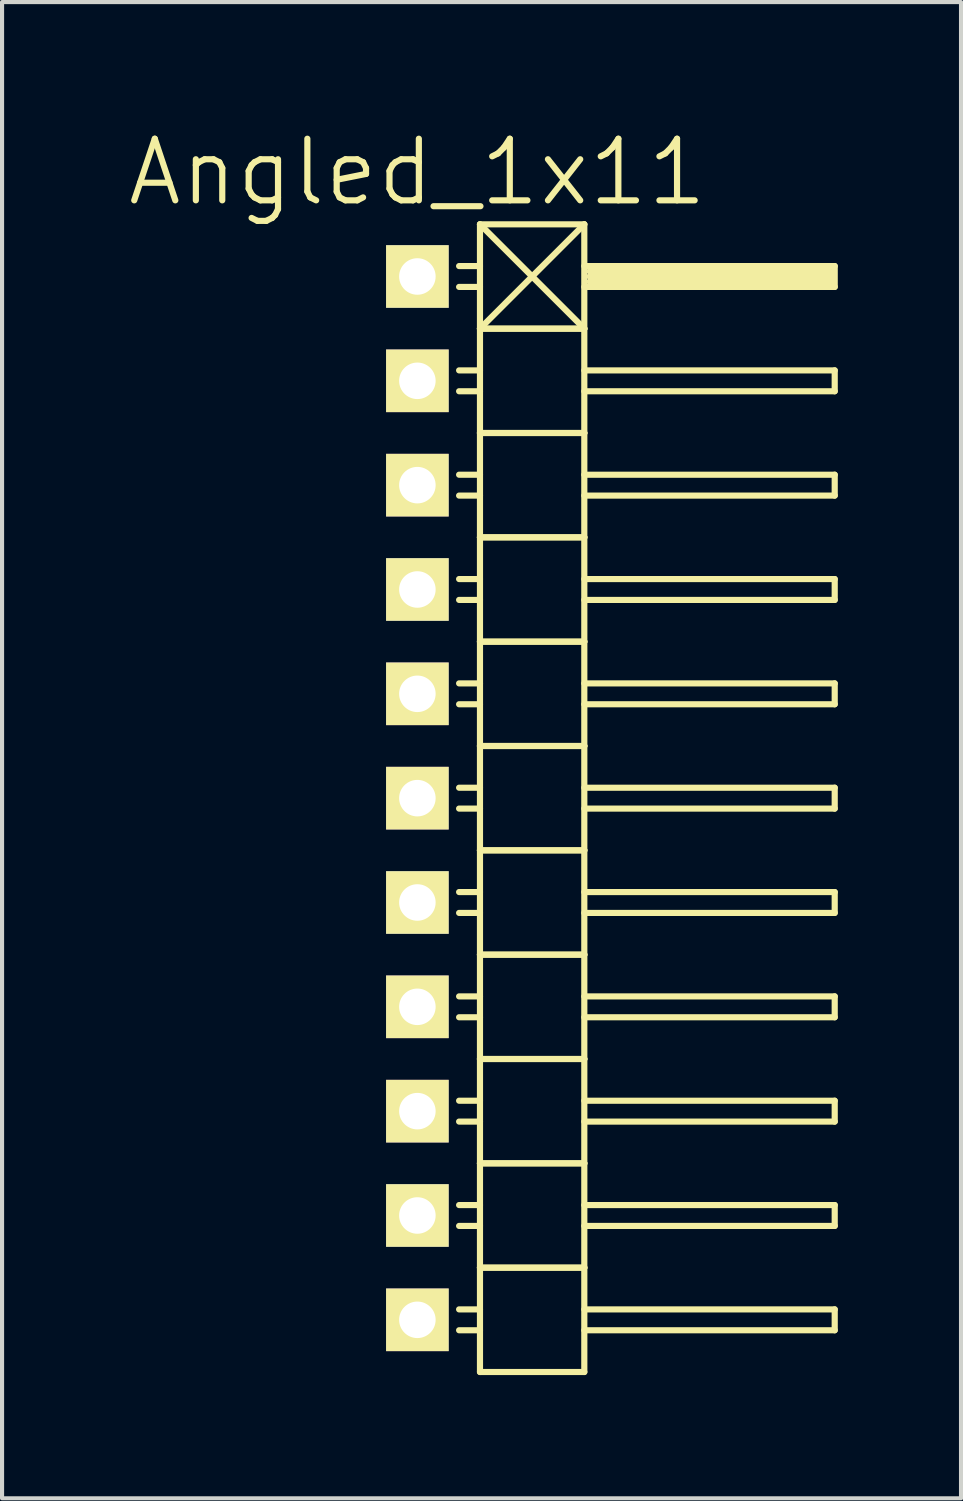
<source format=kicad_pcb>
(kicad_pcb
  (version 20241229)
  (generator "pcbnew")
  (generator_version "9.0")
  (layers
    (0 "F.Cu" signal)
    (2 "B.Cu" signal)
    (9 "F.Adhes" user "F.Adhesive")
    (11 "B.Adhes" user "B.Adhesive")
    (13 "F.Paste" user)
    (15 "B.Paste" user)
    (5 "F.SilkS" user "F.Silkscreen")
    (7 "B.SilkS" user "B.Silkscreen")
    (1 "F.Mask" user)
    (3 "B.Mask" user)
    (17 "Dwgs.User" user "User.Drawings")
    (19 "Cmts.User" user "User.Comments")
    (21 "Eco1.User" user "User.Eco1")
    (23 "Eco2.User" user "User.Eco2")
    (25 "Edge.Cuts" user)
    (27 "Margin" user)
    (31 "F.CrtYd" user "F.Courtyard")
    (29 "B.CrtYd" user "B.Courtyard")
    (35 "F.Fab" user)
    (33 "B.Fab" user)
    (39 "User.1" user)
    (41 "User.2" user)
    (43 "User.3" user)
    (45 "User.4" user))
  (footprint "Angled_1x11"
    (layer "F.Cu")
    (at 7.111 16.381)
    (property "Reference" "Angled_1x11" (at 0 -15.24 0) (layer "F.SilkS") (effects (font (size 1.5 1.5) (thickness 0.15))))
    (attr through_hole)
    (fp_line (start 1.524 -13.97) (end 1.524 -11.43) (stroke (width 0.15) (type solid)) (layer "F.SilkS"))
    (fp_line (start 1.524 -13.97) (end 4.064 -13.97) (stroke (width 0.15) (type solid)) (layer "F.SilkS"))
    (fp_line (start 1.524 -12.954) (end 1.016 -12.954) (stroke (width 0.15) (type solid)) (layer "F.SilkS"))
    (fp_line (start 1.524 -12.446) (end 1.016 -12.446) (stroke (width 0.15) (type solid)) (layer "F.SilkS"))
    (fp_line (start 1.524 -11.43) (end 1.524 -8.89) (stroke (width 0.15) (type solid)) (layer "F.SilkS"))
    (fp_line (start 1.524 -11.43) (end 4.064 -11.43) (stroke (width 0.15) (type solid)) (layer "F.SilkS"))
    (fp_line (start 1.524 -11.43) (end 4.064 -11.43) (stroke (width 0.15) (type solid)) (layer "F.SilkS"))
    (fp_line (start 1.524 -10.414) (end 1.016 -10.414) (stroke (width 0.15) (type solid)) (layer "F.SilkS"))
    (fp_line (start 1.524 -9.906) (end 1.016 -9.906) (stroke (width 0.15) (type solid)) (layer "F.SilkS"))
    (fp_line (start 1.524 -8.89) (end 1.524 -6.35) (stroke (width 0.15) (type solid)) (layer "F.SilkS"))
    (fp_line (start 1.524 -8.89) (end 4.064 -8.89) (stroke (width 0.15) (type solid)) (layer "F.SilkS"))
    (fp_line (start 1.524 -8.89) (end 4.064 -8.89) (stroke (width 0.15) (type solid)) (layer "F.SilkS"))
    (fp_line (start 1.524 -7.874) (end 1.016 -7.874) (stroke (width 0.15) (type solid)) (layer "F.SilkS"))
    (fp_line (start 1.524 -7.366) (end 1.016 -7.366) (stroke (width 0.15) (type solid)) (layer "F.SilkS"))
    (fp_line (start 1.524 -6.35) (end 1.524 -3.81) (stroke (width 0.15) (type solid)) (layer "F.SilkS"))
    (fp_line (start 1.524 -6.35) (end 4.064 -6.35) (stroke (width 0.15) (type solid)) (layer "F.SilkS"))
    (fp_line (start 1.524 -6.35) (end 4.064 -6.35) (stroke (width 0.15) (type solid)) (layer "F.SilkS"))
    (fp_line (start 1.524 -5.334) (end 1.016 -5.334) (stroke (width 0.15) (type solid)) (layer "F.SilkS"))
    (fp_line (start 1.524 -4.826) (end 1.016 -4.826) (stroke (width 0.15) (type solid)) (layer "F.SilkS"))
    (fp_line (start 1.524 -3.81) (end 1.524 -1.27) (stroke (width 0.15) (type solid)) (layer "F.SilkS"))
    (fp_line (start 1.524 -3.81) (end 4.064 -3.81) (stroke (width 0.15) (type solid)) (layer "F.SilkS"))
    (fp_line (start 1.524 -3.81) (end 4.064 -3.81) (stroke (width 0.15) (type solid)) (layer "F.SilkS"))
    (fp_line (start 1.524 -2.794) (end 1.016 -2.794) (stroke (width 0.15) (type solid)) (layer "F.SilkS"))
    (fp_line (start 1.524 -2.286) (end 1.016 -2.286) (stroke (width 0.15) (type solid)) (layer "F.SilkS"))
    (fp_line (start 1.524 -1.27) (end 1.524 1.27) (stroke (width 0.15) (type solid)) (layer "F.SilkS"))
    (fp_line (start 1.524 -1.27) (end 4.064 -1.27) (stroke (width 0.15) (type solid)) (layer "F.SilkS"))
    (fp_line (start 1.524 -1.27) (end 4.064 -1.27) (stroke (width 0.15) (type solid)) (layer "F.SilkS"))
    (fp_line (start 1.524 -0.254) (end 1.016 -0.254) (stroke (width 0.15) (type solid)) (layer "F.SilkS"))
    (fp_line (start 1.524 0.254) (end 1.016 0.254) (stroke (width 0.15) (type solid)) (layer "F.SilkS"))
    (fp_line (start 1.524 1.27) (end 1.524 3.81) (stroke (width 0.15) (type solid)) (layer "F.SilkS"))
    (fp_line (start 1.524 1.27) (end 4.064 1.27) (stroke (width 0.15) (type solid)) (layer "F.SilkS"))
    (fp_line (start 1.524 1.27) (end 4.064 1.27) (stroke (width 0.15) (type solid)) (layer "F.SilkS"))
    (fp_line (start 1.524 2.286) (end 1.016 2.286) (stroke (width 0.15) (type solid)) (layer "F.SilkS"))
    (fp_line (start 1.524 2.794) (end 1.016 2.794) (stroke (width 0.15) (type solid)) (layer "F.SilkS"))
    (fp_line (start 1.524 3.81) (end 1.524 6.35) (stroke (width 0.15) (type solid)) (layer "F.SilkS"))
    (fp_line (start 1.524 3.81) (end 4.064 3.81) (stroke (width 0.15) (type solid)) (layer "F.SilkS"))
    (fp_line (start 1.524 3.81) (end 4.064 3.81) (stroke (width 0.15) (type solid)) (layer "F.SilkS"))
    (fp_line (start 1.524 4.826) (end 1.016 4.826) (stroke (width 0.15) (type solid)) (layer "F.SilkS"))
    (fp_line (start 1.524 5.334) (end 1.016 5.334) (stroke (width 0.15) (type solid)) (layer "F.SilkS"))
    (fp_line (start 1.524 6.35) (end 1.524 8.89) (stroke (width 0.15) (type solid)) (layer "F.SilkS"))
    (fp_line (start 1.524 6.35) (end 4.064 6.35) (stroke (width 0.15) (type solid)) (layer "F.SilkS"))
    (fp_line (start 1.524 6.35) (end 4.064 6.35) (stroke (width 0.15) (type solid)) (layer "F.SilkS"))
    (fp_line (start 1.524 7.366) (end 1.016 7.366) (stroke (width 0.15) (type solid)) (layer "F.SilkS"))
    (fp_line (start 1.524 7.874) (end 1.016 7.874) (stroke (width 0.15) (type solid)) (layer "F.SilkS"))
    (fp_line (start 1.524 8.89) (end 1.524 11.43) (stroke (width 0.15) (type solid)) (layer "F.SilkS"))
    (fp_line (start 1.524 8.89) (end 4.064 8.89) (stroke (width 0.15) (type solid)) (layer "F.SilkS"))
    (fp_line (start 1.524 8.89) (end 4.064 8.89) (stroke (width 0.15) (type solid)) (layer "F.SilkS"))
    (fp_line (start 1.524 9.906) (end 1.016 9.906) (stroke (width 0.15) (type solid)) (layer "F.SilkS"))
    (fp_line (start 1.524 10.414) (end 1.016 10.414) (stroke (width 0.15) (type solid)) (layer "F.SilkS"))
    (fp_line (start 1.524 11.43) (end 1.524 13.97) (stroke (width 0.15) (type solid)) (layer "F.SilkS"))
    (fp_line (start 1.524 11.43) (end 4.064 11.43) (stroke (width 0.15) (type solid)) (layer "F.SilkS"))
    (fp_line (start 1.524 11.43) (end 4.064 11.43) (stroke (width 0.15) (type solid)) (layer "F.SilkS"))
    (fp_line (start 1.524 12.446) (end 1.016 12.446) (stroke (width 0.15) (type solid)) (layer "F.SilkS"))
    (fp_line (start 1.524 12.954) (end 1.016 12.954) (stroke (width 0.15) (type solid)) (layer "F.SilkS"))
    (fp_line (start 1.524 13.97) (end 4.064 13.97) (stroke (width 0.15) (type solid)) (layer "F.SilkS"))
    (fp_line (start 4.064 -13.97) (end 1.524 -11.43) (stroke (width 0.15) (type solid)) (layer "F.SilkS"))
    (fp_line (start 4.064 -12.954) (end 10.16 -12.954) (stroke (width 0.15) (type solid)) (layer "F.SilkS"))
    (fp_line (start 4.064 -11.43) (end 1.524 -13.97) (stroke (width 0.15) (type solid)) (layer "F.SilkS"))
    (fp_line (start 4.064 -11.43) (end 4.064 -13.97) (stroke (width 0.15) (type solid)) (layer "F.SilkS"))
    (fp_line (start 4.064 -10.414) (end 10.16 -10.414) (stroke (width 0.15) (type solid)) (layer "F.SilkS"))
    (fp_line (start 4.064 -8.89) (end 4.064 -11.43) (stroke (width 0.15) (type solid)) (layer "F.SilkS"))
    (fp_line (start 4.064 -7.874) (end 10.16 -7.874) (stroke (width 0.15) (type solid)) (layer "F.SilkS"))
    (fp_line (start 4.064 -6.35) (end 4.064 -8.89) (stroke (width 0.15) (type solid)) (layer "F.SilkS"))
    (fp_line (start 4.064 -5.334) (end 10.16 -5.334) (stroke (width 0.15) (type solid)) (layer "F.SilkS"))
    (fp_line (start 4.064 -3.81) (end 4.064 -6.35) (stroke (width 0.15) (type solid)) (layer "F.SilkS"))
    (fp_line (start 4.064 -2.794) (end 10.16 -2.794) (stroke (width 0.15) (type solid)) (layer "F.SilkS"))
    (fp_line (start 4.064 -1.27) (end 4.064 -3.81) (stroke (width 0.15) (type solid)) (layer "F.SilkS"))
    (fp_line (start 4.064 -0.254) (end 10.16 -0.254) (stroke (width 0.15) (type solid)) (layer "F.SilkS"))
    (fp_line (start 4.064 1.27) (end 4.064 -1.27) (stroke (width 0.15) (type solid)) (layer "F.SilkS"))
    (fp_line (start 4.064 2.286) (end 10.16 2.286) (stroke (width 0.15) (type solid)) (layer "F.SilkS"))
    (fp_line (start 4.064 3.81) (end 4.064 1.27) (stroke (width 0.15) (type solid)) (layer "F.SilkS"))
    (fp_line (start 4.064 4.826) (end 10.16 4.826) (stroke (width 0.15) (type solid)) (layer "F.SilkS"))
    (fp_line (start 4.064 6.35) (end 4.064 3.81) (stroke (width 0.15) (type solid)) (layer "F.SilkS"))
    (fp_line (start 4.064 7.366) (end 10.16 7.366) (stroke (width 0.15) (type solid)) (layer "F.SilkS"))
    (fp_line (start 4.064 8.89) (end 4.064 6.35) (stroke (width 0.15) (type solid)) (layer "F.SilkS"))
    (fp_line (start 4.064 9.906) (end 10.16 9.906) (stroke (width 0.15) (type solid)) (layer "F.SilkS"))
    (fp_line (start 4.064 11.43) (end 4.064 8.89) (stroke (width 0.15) (type solid)) (layer "F.SilkS"))
    (fp_line (start 4.064 12.446) (end 10.16 12.446) (stroke (width 0.15) (type solid)) (layer "F.SilkS"))
    (fp_line (start 4.064 13.97) (end 4.064 11.43) (stroke (width 0.15) (type solid)) (layer "F.SilkS"))
    (fp_line (start 4.191 -12.827) (end 10.033 -12.827) (stroke (width 0.15) (type solid)) (layer "F.SilkS"))
    (fp_line (start 4.191 -12.7) (end 10.033 -12.7) (stroke (width 0.15) (type solid)) (layer "F.SilkS"))
    (fp_line (start 10.033 -12.827) (end 10.033 -12.573) (stroke (width 0.15) (type solid)) (layer "F.SilkS"))
    (fp_line (start 10.033 -12.573) (end 4.191 -12.573) (stroke (width 0.15) (type solid)) (layer "F.SilkS"))
    (fp_line (start 10.16 -12.954) (end 10.16 -12.446) (stroke (width 0.15) (type solid)) (layer "F.SilkS"))
    (fp_line (start 10.16 -12.446) (end 4.064 -12.446) (stroke (width 0.15) (type solid)) (layer "F.SilkS"))
    (fp_line (start 10.16 -10.414) (end 10.16 -9.906) (stroke (width 0.15) (type solid)) (layer "F.SilkS"))
    (fp_line (start 10.16 -9.906) (end 4.064 -9.906) (stroke (width 0.15) (type solid)) (layer "F.SilkS"))
    (fp_line (start 10.16 -7.874) (end 10.16 -7.366) (stroke (width 0.15) (type solid)) (layer "F.SilkS"))
    (fp_line (start 10.16 -7.366) (end 4.064 -7.366) (stroke (width 0.15) (type solid)) (layer "F.SilkS"))
    (fp_line (start 10.16 -5.334) (end 10.16 -4.826) (stroke (width 0.15) (type solid)) (layer "F.SilkS"))
    (fp_line (start 10.16 -4.826) (end 4.064 -4.826) (stroke (width 0.15) (type solid)) (layer "F.SilkS"))
    (fp_line (start 10.16 -2.794) (end 10.16 -2.286) (stroke (width 0.15) (type solid)) (layer "F.SilkS"))
    (fp_line (start 10.16 -2.286) (end 4.064 -2.286) (stroke (width 0.15) (type solid)) (layer "F.SilkS"))
    (fp_line (start 10.16 -0.254) (end 10.16 0.254) (stroke (width 0.15) (type solid)) (layer "F.SilkS"))
    (fp_line (start 10.16 0.254) (end 4.064 0.254) (stroke (width 0.15) (type solid)) (layer "F.SilkS"))
    (fp_line (start 10.16 2.286) (end 10.16 2.794) (stroke (width 0.15) (type solid)) (layer "F.SilkS"))
    (fp_line (start 10.16 2.794) (end 4.064 2.794) (stroke (width 0.15) (type solid)) (layer "F.SilkS"))
    (fp_line (start 10.16 4.826) (end 10.16 5.334) (stroke (width 0.15) (type solid)) (layer "F.SilkS"))
    (fp_line (start 10.16 5.334) (end 4.064 5.334) (stroke (width 0.15) (type solid)) (layer "F.SilkS"))
    (fp_line (start 10.16 7.366) (end 10.16 7.874) (stroke (width 0.15) (type solid)) (layer "F.SilkS"))
    (fp_line (start 10.16 7.874) (end 4.064 7.874) (stroke (width 0.15) (type solid)) (layer "F.SilkS"))
    (fp_line (start 10.16 9.906) (end 10.16 10.414) (stroke (width 0.15) (type solid)) (layer "F.SilkS"))
    (fp_line (start 10.16 10.414) (end 4.064 10.414) (stroke (width 0.15) (type solid)) (layer "F.SilkS"))
    (fp_line (start 10.16 12.446) (end 10.16 12.954) (stroke (width 0.15) (type solid)) (layer "F.SilkS"))
    (fp_line (start 10.16 12.954) (end 4.064 12.954) (stroke (width 0.15) (type solid)) (layer "F.SilkS"))
    (pad "1" thru_hole rect (at 0 -12.7) (size 1.524 1.524) (drill 0.889) (layers "*.Cu" "*.Mask" "F.SilkS"))
    (pad "2" thru_hole rect (at 0 -10.16) (size 1.524 1.524) (drill 0.889) (layers "*.Cu" "*.Mask" "F.SilkS"))
    (pad "3" thru_hole rect (at 0 -7.62) (size 1.524 1.524) (drill 0.889) (layers "*.Cu" "*.Mask" "F.SilkS"))
    (pad "4" thru_hole rect (at 0 -5.08) (size 1.524 1.524) (drill 0.889) (layers "*.Cu" "*.Mask" "F.SilkS"))
    (pad "5" thru_hole rect (at 0 -2.54) (size 1.524 1.524) (drill 0.889) (layers "*.Cu" "*.Mask" "F.SilkS"))
    (pad "6" thru_hole rect (at 0 0) (size 1.524 1.524) (drill 0.889) (layers "*.Cu" "*.Mask" "F.SilkS"))
    (pad "7" thru_hole rect (at 0 2.54) (size 1.524 1.524) (drill 0.889) (layers "*.Cu" "*.Mask" "F.SilkS"))
    (pad "8" thru_hole rect (at 0 5.08) (size 1.524 1.524) (drill 0.889) (layers "*.Cu" "*.Mask" "F.SilkS"))
    (pad "9" thru_hole rect (at 0 7.62) (size 1.524 1.524) (drill 0.889) (layers "*.Cu" "*.Mask" "F.SilkS"))
    (pad "10" thru_hole rect (at 0 10.16) (size 1.524 1.524) (drill 0.889) (layers "*.Cu" "*.Mask" "F.SilkS"))
    (pad "11" thru_hole rect (at 0 12.7) (size 1.524 1.524) (drill 0.889) (layers "*.Cu" "*.Mask" "F.SilkS")))
  (gr_rect
    (start -3 -3)
    (end 20.346 33.426)
    (stroke (width 0.1) (type default))
    (fill no)
    (layer "Edge.Cuts")))
</source>
